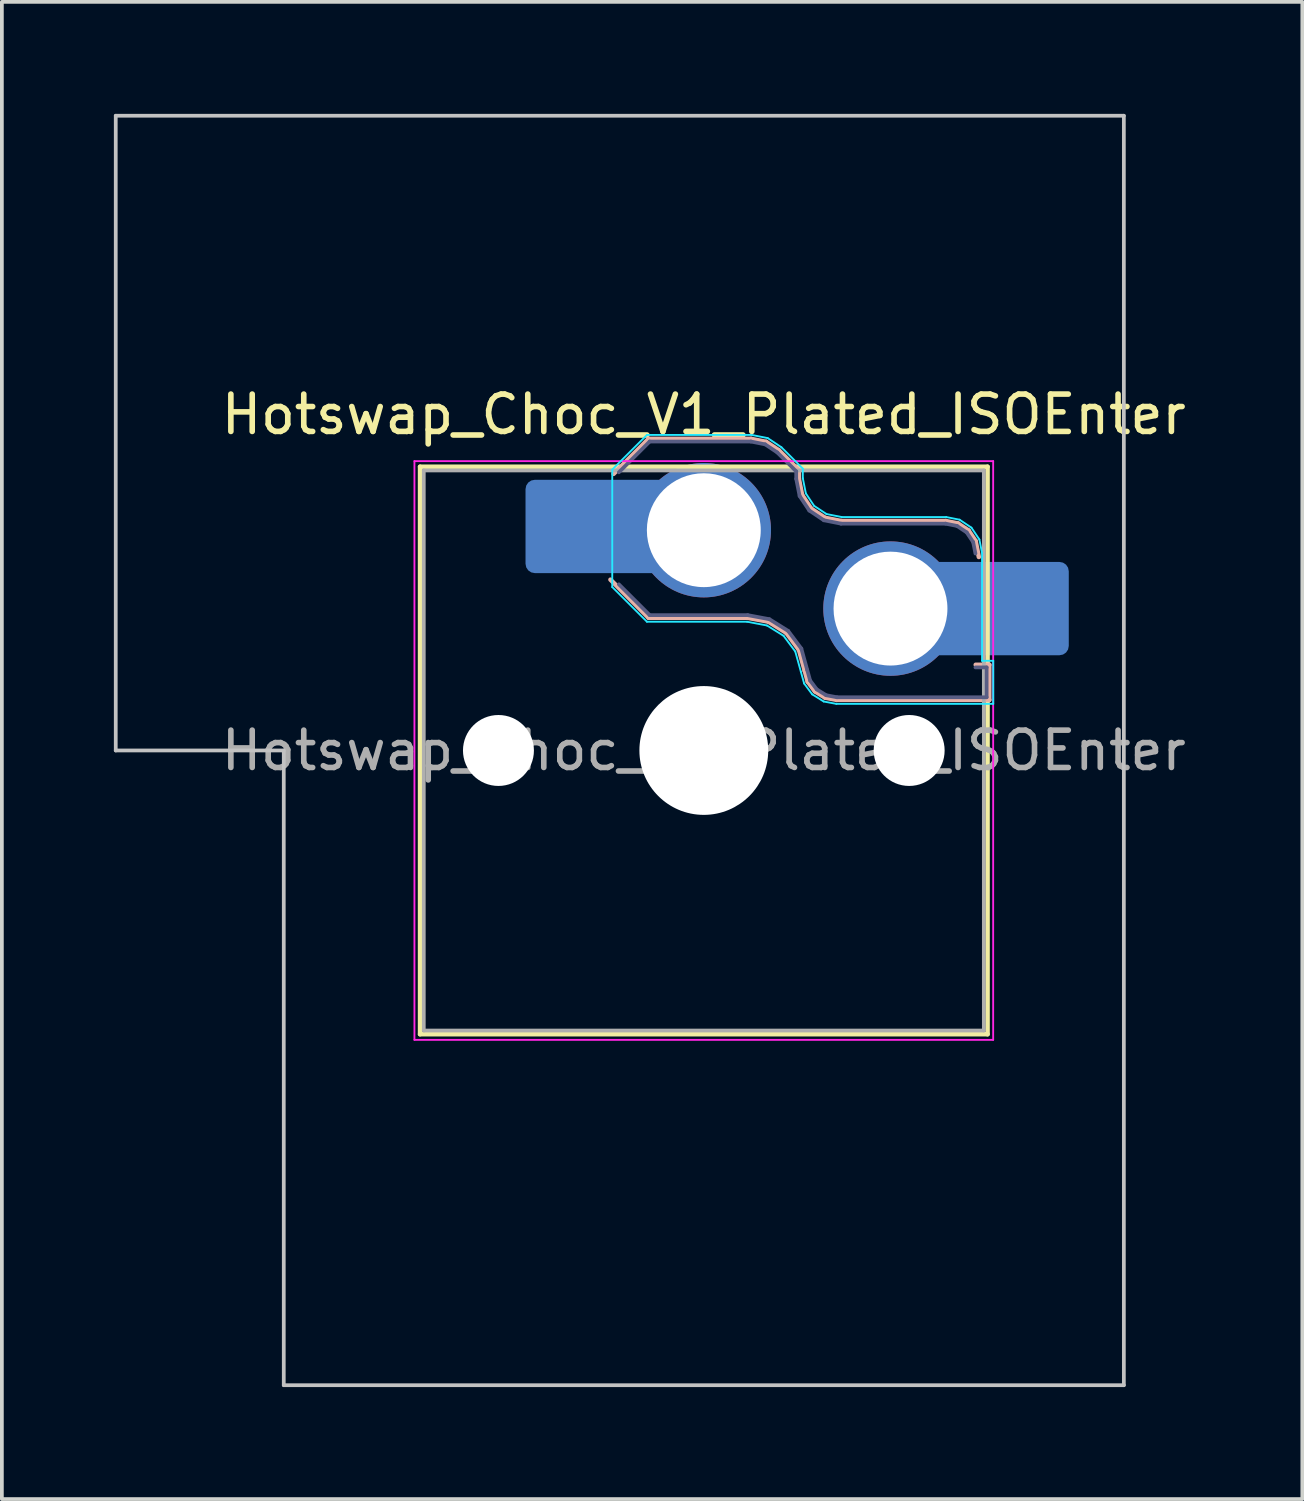
<source format=kicad_pcb>
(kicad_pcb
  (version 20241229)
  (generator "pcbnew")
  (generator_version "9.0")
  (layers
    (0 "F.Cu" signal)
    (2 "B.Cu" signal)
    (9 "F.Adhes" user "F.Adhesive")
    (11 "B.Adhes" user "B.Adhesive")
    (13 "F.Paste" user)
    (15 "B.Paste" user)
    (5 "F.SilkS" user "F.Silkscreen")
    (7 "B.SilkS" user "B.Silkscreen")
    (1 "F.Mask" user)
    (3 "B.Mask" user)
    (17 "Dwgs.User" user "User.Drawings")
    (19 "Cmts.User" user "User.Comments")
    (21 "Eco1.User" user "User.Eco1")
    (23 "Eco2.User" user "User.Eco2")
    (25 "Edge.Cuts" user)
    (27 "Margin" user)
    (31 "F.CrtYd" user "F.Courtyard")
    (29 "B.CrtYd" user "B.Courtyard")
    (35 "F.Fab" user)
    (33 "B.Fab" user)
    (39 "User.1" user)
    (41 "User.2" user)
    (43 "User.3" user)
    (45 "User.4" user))
  (footprint "Hotswap_Choc_V1_Plated_ISOEnter"
    (layer "F.Cu")
    (at 15.8 17.05)
    (property "Reference" "Hotswap_Choc_V1_Plated_ISOEnter" (at 0 -9 0) (layer "F.SilkS") (effects (font (size 1 1) (thickness 0.15))))
    (attr smd)
    (fp_line (start -7.6 -7.6) (end -7.6 7.6) (stroke (width 0.12) (type solid)) (layer "F.SilkS"))
    (fp_line (start -7.6 7.6) (end 7.6 7.6) (stroke (width 0.12) (type solid)) (layer "F.SilkS"))
    (fp_line (start 7.6 -7.6) (end -7.6 -7.6) (stroke (width 0.12) (type solid)) (layer "F.SilkS"))
    (fp_line (start 7.6 7.6) (end 7.6 -7.6) (stroke (width 0.12) (type solid)) (layer "F.SilkS"))
    (fp_line (start -2.416 -7.409) (end -1.479 -8.346) (stroke (width 0.12) (type solid)) (layer "B.SilkS"))
    (fp_line (start -1.479 -8.346) (end 1.268 -8.346) (stroke (width 0.12) (type solid)) (layer "B.SilkS"))
    (fp_line (start -1.479 -3.554) (end -2.5 -4.575) (stroke (width 0.12) (type solid)) (layer "B.SilkS"))
    (fp_line (start 1.168 -3.554) (end -1.479 -3.554) (stroke (width 0.12) (type solid)) (layer "B.SilkS"))
    (fp_line (start 1.268 -8.346) (end 1.671 -8.266) (stroke (width 0.12) (type solid)) (layer "B.SilkS"))
    (fp_line (start 1.671 -8.266) (end 2.013 -8.037) (stroke (width 0.12) (type solid)) (layer "B.SilkS"))
    (fp_line (start 1.73 -3.449) (end 1.168 -3.554) (stroke (width 0.12) (type solid)) (layer "B.SilkS"))
    (fp_line (start 2.013 -8.037) (end 2.546 -7.504) (stroke (width 0.12) (type solid)) (layer "B.SilkS"))
    (fp_line (start 2.209 -3.15) (end 1.73 -3.449) (stroke (width 0.12) (type solid)) (layer "B.SilkS"))
    (fp_line (start 2.546 -7.504) (end 2.546 -7.282) (stroke (width 0.12) (type solid)) (layer "B.SilkS"))
    (fp_line (start 2.546 -7.282) (end 2.633 -6.844) (stroke (width 0.12) (type solid)) (layer "B.SilkS"))
    (fp_line (start 2.547 -2.697) (end 2.209 -3.15) (stroke (width 0.12) (type solid)) (layer "B.SilkS"))
    (fp_line (start 2.633 -6.844) (end 2.877 -6.477) (stroke (width 0.12) (type solid)) (layer "B.SilkS"))
    (fp_line (start 2.701 -2.139) (end 2.547 -2.697) (stroke (width 0.12) (type solid)) (layer "B.SilkS"))
    (fp_line (start 2.783 -1.841) (end 2.701 -2.139) (stroke (width 0.12) (type solid)) (layer "B.SilkS"))
    (fp_line (start 2.877 -6.477) (end 3.244 -6.233) (stroke (width 0.12) (type solid)) (layer "B.SilkS"))
    (fp_line (start 2.976 -1.583) (end 2.783 -1.841) (stroke (width 0.12) (type solid)) (layer "B.SilkS"))
    (fp_line (start 3.244 -6.233) (end 3.682 -6.146) (stroke (width 0.12) (type solid)) (layer "B.SilkS"))
    (fp_line (start 3.25 -1.413) (end 2.976 -1.583) (stroke (width 0.12) (type solid)) (layer "B.SilkS"))
    (fp_line (start 3.56 -1.354) (end 3.25 -1.413) (stroke (width 0.12) (type solid)) (layer "B.SilkS"))
    (fp_line (start 3.682 -6.146) (end 6.482 -6.146) (stroke (width 0.12) (type solid)) (layer "B.SilkS"))
    (fp_line (start 6.482 -6.146) (end 6.809 -6.081) (stroke (width 0.12) (type solid)) (layer "B.SilkS"))
    (fp_line (start 6.809 -6.081) (end 7.092 -5.892) (stroke (width 0.12) (type solid)) (layer "B.SilkS"))
    (fp_line (start 7.092 -5.892) (end 7.281 -5.609) (stroke (width 0.12) (type solid)) (layer "B.SilkS"))
    (fp_line (start 7.281 -5.609) (end 7.366 -5.182) (stroke (width 0.12) (type solid)) (layer "B.SilkS"))
    (fp_line (start 7.283 -2.296) (end 7.646 -2.296) (stroke (width 0.12) (type solid)) (layer "B.SilkS"))
    (fp_line (start 7.646 -2.296) (end 7.646 -1.354) (stroke (width 0.12) (type solid)) (layer "B.SilkS"))
    (fp_line (start 7.646 -1.354) (end 3.56 -1.354) (stroke (width 0.12) (type solid)) (layer "B.SilkS"))
    (fp_line (start -15.75 -17) (end -15.75 0) (stroke (width 0.1) (type solid)) (layer "Dwgs.User"))
    (fp_line (start -15.75 0) (end -11.25 0) (stroke (width 0.1) (type solid)) (layer "Dwgs.User"))
    (fp_line (start -11.25 0) (end -11.25 17) (stroke (width 0.1) (type solid)) (layer "Dwgs.User"))
    (fp_line (start -11.25 17) (end 11.25 17) (stroke (width 0.1) (type solid)) (layer "Dwgs.User"))
    (fp_line (start 11.25 -17) (end -15.75 -17) (stroke (width 0.1) (type solid)) (layer "Dwgs.User"))
    (fp_line (start 11.25 17) (end 11.25 -17) (stroke (width 0.1) (type solid)) (layer "Dwgs.User"))
    (fp_line (start -7.25 -7.25) (end -7.25 7.25) (stroke (width 0.1) (type solid)) (layer "Eco1.User"))
    (fp_line (start -7.25 7.25) (end 7.25 7.25) (stroke (width 0.1) (type solid)) (layer "Eco1.User"))
    (fp_line (start 7.25 -7.25) (end -7.25 -7.25) (stroke (width 0.1) (type solid)) (layer "Eco1.User"))
    (fp_line (start 7.25 7.25) (end 7.25 -7.25) (stroke (width 0.1) (type solid)) (layer "Eco1.User"))
    (fp_line (start -2.452 -7.523) (end -1.523 -8.452) (stroke (width 0.05) (type solid)) (layer "B.CrtYd"))
    (fp_line (start -2.452 -4.377) (end -2.452 -7.523) (stroke (width 0.05) (type solid)) (layer "B.CrtYd"))
    (fp_line (start -1.523 -8.452) (end 1.278 -8.452) (stroke (width 0.05) (type solid)) (layer "B.CrtYd"))
    (fp_line (start -1.523 -3.448) (end -2.452 -4.377) (stroke (width 0.05) (type solid)) (layer "B.CrtYd"))
    (fp_line (start 1.159 -3.448) (end -1.523 -3.448) (stroke (width 0.05) (type solid)) (layer "B.CrtYd"))
    (fp_line (start 1.278 -8.452) (end 1.712 -8.366) (stroke (width 0.05) (type solid)) (layer "B.CrtYd"))
    (fp_line (start 1.691 -3.348) (end 1.159 -3.448) (stroke (width 0.05) (type solid)) (layer "B.CrtYd"))
    (fp_line (start 1.712 -8.366) (end 2.081 -8.119) (stroke (width 0.05) (type solid)) (layer "B.CrtYd"))
    (fp_line (start 2.081 -8.119) (end 2.652 -7.548) (stroke (width 0.05) (type solid)) (layer "B.CrtYd"))
    (fp_line (start 2.136 -3.071) (end 1.691 -3.348) (stroke (width 0.05) (type solid)) (layer "B.CrtYd"))
    (fp_line (start 2.45 -2.65) (end 2.136 -3.071) (stroke (width 0.05) (type solid)) (layer "B.CrtYd"))
    (fp_line (start 2.599 -2.111) (end 2.45 -2.65) (stroke (width 0.05) (type solid)) (layer "B.CrtYd"))
    (fp_line (start 2.652 -7.548) (end 2.652 -7.292) (stroke (width 0.05) (type solid)) (layer "B.CrtYd"))
    (fp_line (start 2.652 -7.292) (end 2.733 -6.885) (stroke (width 0.05) (type solid)) (layer "B.CrtYd"))
    (fp_line (start 2.687 -1.794) (end 2.599 -2.111) (stroke (width 0.05) (type solid)) (layer "B.CrtYd"))
    (fp_line (start 2.733 -6.885) (end 2.953 -6.553) (stroke (width 0.05) (type solid)) (layer "B.CrtYd"))
    (fp_line (start 2.903 -1.503) (end 2.687 -1.794) (stroke (width 0.05) (type solid)) (layer "B.CrtYd"))
    (fp_line (start 2.953 -6.553) (end 3.285 -6.333) (stroke (width 0.05) (type solid)) (layer "B.CrtYd"))
    (fp_line (start 3.211 -1.312) (end 2.903 -1.503) (stroke (width 0.05) (type solid)) (layer "B.CrtYd"))
    (fp_line (start 3.285 -6.333) (end 3.692 -6.252) (stroke (width 0.05) (type solid)) (layer "B.CrtYd"))
    (fp_line (start 3.55 -1.248) (end 3.211 -1.312) (stroke (width 0.05) (type solid)) (layer "B.CrtYd"))
    (fp_line (start 3.692 -6.252) (end 6.492 -6.252) (stroke (width 0.05) (type solid)) (layer "B.CrtYd"))
    (fp_line (start 6.492 -6.252) (end 6.85 -6.181) (stroke (width 0.05) (type solid)) (layer "B.CrtYd"))
    (fp_line (start 6.85 -6.181) (end 7.168 -5.968) (stroke (width 0.05) (type solid)) (layer "B.CrtYd"))
    (fp_line (start 7.168 -5.968) (end 7.381 -5.65) (stroke (width 0.05) (type solid)) (layer "B.CrtYd"))
    (fp_line (start 7.381 -5.65) (end 7.452 -5.292) (stroke (width 0.05) (type solid)) (layer "B.CrtYd"))
    (fp_line (start 7.452 -5.292) (end 7.452 -2.402) (stroke (width 0.05) (type solid)) (layer "B.CrtYd"))
    (fp_line (start 7.452 -2.402) (end 7.752 -2.402) (stroke (width 0.05) (type solid)) (layer "B.CrtYd"))
    (fp_line (start 7.752 -2.402) (end 7.752 -1.248) (stroke (width 0.05) (type solid)) (layer "B.CrtYd"))
    (fp_line (start 7.752 -1.248) (end 3.55 -1.248) (stroke (width 0.05) (type solid)) (layer "B.CrtYd"))
    (fp_line (start -7.75 -7.75) (end -7.75 7.75) (stroke (width 0.05) (type solid)) (layer "F.CrtYd"))
    (fp_line (start -7.75 7.75) (end 7.75 7.75) (stroke (width 0.05) (type solid)) (layer "F.CrtYd"))
    (fp_line (start 7.75 -7.75) (end -7.75 -7.75) (stroke (width 0.05) (type solid)) (layer "F.CrtYd"))
    (fp_line (start 7.75 7.75) (end 7.75 -7.75) (stroke (width 0.05) (type solid)) (layer "F.CrtYd"))
    (fp_line (start -2.275 -7.45) (end -1.45 -8.275) (stroke (width 0.1) (type solid)) (layer "B.Fab"))
    (fp_line (start -1.45 -8.275) (end 1.261 -8.275) (stroke (width 0.1) (type solid)) (layer "B.Fab"))
    (fp_line (start -1.45 -3.625) (end -2.275 -4.45) (stroke (width 0.1) (type solid)) (layer "B.Fab"))
    (fp_line (start 1.175 -3.625) (end -1.45 -3.625) (stroke (width 0.1) (type solid)) (layer "B.Fab"))
    (fp_line (start 1.261 -8.275) (end 1.643 -8.199) (stroke (width 0.1) (type solid)) (layer "B.Fab"))
    (fp_line (start 1.643 -8.199) (end 1.968 -7.982) (stroke (width 0.1) (type solid)) (layer "B.Fab"))
    (fp_line (start 1.756 -3.516) (end 1.175 -3.625) (stroke (width 0.1) (type solid)) (layer "B.Fab"))
    (fp_line (start 1.968 -7.982) (end 2.475 -7.475) (stroke (width 0.1) (type solid)) (layer "B.Fab"))
    (fp_line (start 2.258 -3.203) (end 1.756 -3.516) (stroke (width 0.1) (type solid)) (layer "B.Fab"))
    (fp_line (start 2.475 -7.475) (end 2.475 -7.275) (stroke (width 0.1) (type solid)) (layer "B.Fab"))
    (fp_line (start 2.475 -7.275) (end 2.566 -6.816) (stroke (width 0.1) (type solid)) (layer "B.Fab"))
    (fp_line (start 2.566 -6.816) (end 2.826 -6.426) (stroke (width 0.1) (type solid)) (layer "B.Fab"))
    (fp_line (start 2.612 -2.729) (end 2.258 -3.203) (stroke (width 0.1) (type solid)) (layer "B.Fab"))
    (fp_line (start 2.769 -2.158) (end 2.612 -2.729) (stroke (width 0.1) (type solid)) (layer "B.Fab"))
    (fp_line (start 2.826 -6.426) (end 3.216 -6.166) (stroke (width 0.1) (type solid)) (layer "B.Fab"))
    (fp_line (start 2.848 -1.873) (end 2.769 -2.158) (stroke (width 0.1) (type solid)) (layer "B.Fab"))
    (fp_line (start 3.025 -1.636) (end 2.848 -1.873) (stroke (width 0.1) (type solid)) (layer "B.Fab"))
    (fp_line (start 3.216 -6.166) (end 3.675 -6.075) (stroke (width 0.1) (type solid)) (layer "B.Fab"))
    (fp_line (start 3.276 -1.48) (end 3.025 -1.636) (stroke (width 0.1) (type solid)) (layer "B.Fab"))
    (fp_line (start 3.567 -1.425) (end 3.276 -1.48) (stroke (width 0.1) (type solid)) (layer "B.Fab"))
    (fp_line (start 3.675 -6.075) (end 6.475 -6.075) (stroke (width 0.1) (type solid)) (layer "B.Fab"))
    (fp_line (start 6.475 -6.075) (end 6.781 -6.014) (stroke (width 0.1) (type solid)) (layer "B.Fab"))
    (fp_line (start 6.781 -6.014) (end 7.041 -5.841) (stroke (width 0.1) (type solid)) (layer "B.Fab"))
    (fp_line (start 7.041 -5.841) (end 7.214 -5.581) (stroke (width 0.1) (type solid)) (layer "B.Fab"))
    (fp_line (start 7.214 -5.581) (end 7.275 -5.275) (stroke (width 0.1) (type solid)) (layer "B.Fab"))
    (fp_line (start 7.275 -2.225) (end 7.575 -2.225) (stroke (width 0.1) (type solid)) (layer "B.Fab"))
    (fp_line (start 7.575 -2.225) (end 7.575 -1.425) (stroke (width 0.1) (type solid)) (layer "B.Fab"))
    (fp_line (start 7.575 -1.425) (end 3.567 -1.425) (stroke (width 0.1) (type solid)) (layer "B.Fab"))
    (fp_line (start -7.5 -7.5) (end -7.5 7.5) (stroke (width 0.1) (type solid)) (layer "F.Fab"))
    (fp_line (start -7.5 7.5) (end 7.5 7.5) (stroke (width 0.1) (type solid)) (layer "F.Fab"))
    (fp_line (start 7.5 -7.5) (end -7.5 -7.5) (stroke (width 0.1) (type solid)) (layer "F.Fab"))
    (fp_line (start 7.5 7.5) (end 7.5 -7.5) (stroke (width 0.1) (type solid)) (layer "F.Fab"))
    (fp_text user "${REFERENCE}" (at 0 0 0) (layer "F.Fab") (effects (font (size 1 1) (thickness 0.15))))
    (pad "" np_thru_hole circle (at -5.5 0) (size 1.9 1.9) (drill 1.9) (layers "*.Cu" "*.Mask"))
    (pad "" smd roundrect (at -3.5 -6) (size 2.55 2.5) (layers "B.Mask" "B.Paste") (roundrect_rratio 0.1))
    (pad "" np_thru_hole circle (at 0 0) (size 3.45 3.45) (drill 3.45) (layers "*.Cu" "*.Mask"))
    (pad "" np_thru_hole circle (at 5.5 0) (size 1.9 1.9) (drill 1.9) (layers "*.Cu" "*.Mask"))
    (pad "" smd roundrect (at 8.5 -3.8) (size 2.55 2.5) (layers "B.Mask" "B.Paste") (roundrect_rratio 0.1))
    (pad "1" smd roundrect (at -2.85 -6) (size 3.85 2.5) (layers "B.Cu") (roundrect_rratio 0.1))
    (pad "1" thru_hole circle (at 0 -5.9) (size 3.6 3.6) (drill 3.05) (layers "*.Cu" "*.Mask"))
    (pad "2" thru_hole circle (at 5 -3.8) (size 3.6 3.6) (drill 3.05) (layers "*.Cu" "*.Mask"))
    (pad "2" smd roundrect (at 7.85 -3.8) (size 3.85 2.5) (layers "B.Cu") (roundrect_rratio 0.1)))
  (gr_rect
    (start -3 -3)
    (end 31.83 37.1)
    (stroke (width 0.1) (type default))
    (fill no)
    (layer "Edge.Cuts")))
</source>
